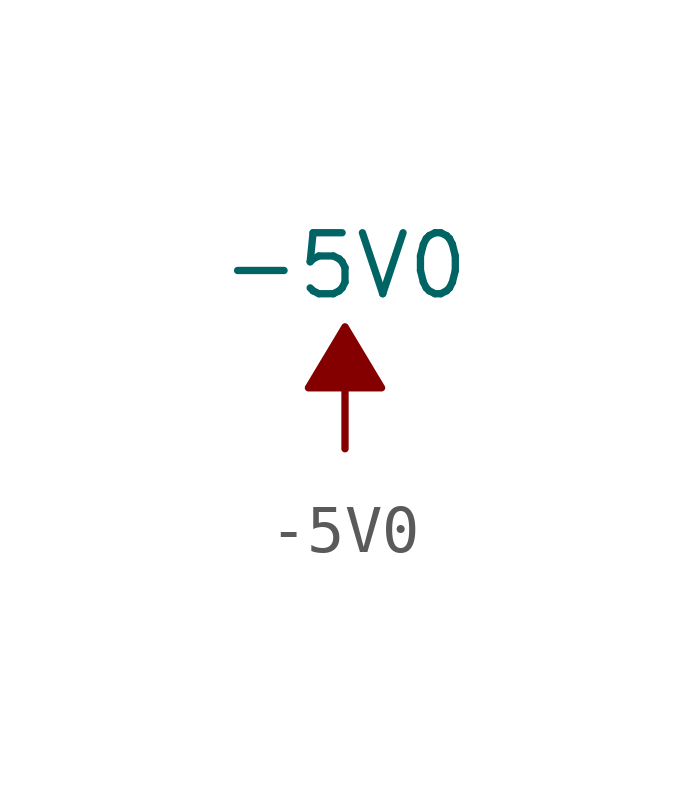
<source format=kicad_sym>
(kicad_symbol_lib
  (version 20211014)
  (generator kicad_symbol_editor)
  (symbol "-5V0"
    (power)
    (pin_names
      (offset 0))
    (property "Reference" "#PWR"
      (at 0 2.54 0)
      (effects (font (size 1.27 1.27)) hide))
    (property "Value" "-5V0"
      (at 0 3.81 0)
      (effects (font (size 1.27 1.27))))
    (symbol "-5V0_0_0"
      (pin power_in line (at 0 0 90) (length 0) hide (name "-5V" (effects (font (size 1.27 1.27)))) (number "1" (effects (font (size 1.27 1.27))))))
    (symbol "-5V0_0_1"
      (polyline (pts (xy 0 0) (xy 0 1.27) (xy 0.762 1.27) (xy 0 2.54) (xy -0.762 1.27) (xy 0 1.27)) (stroke (width 0) (type default) (color 0 0 0 0)) (fill (type outline))))))
</source>
